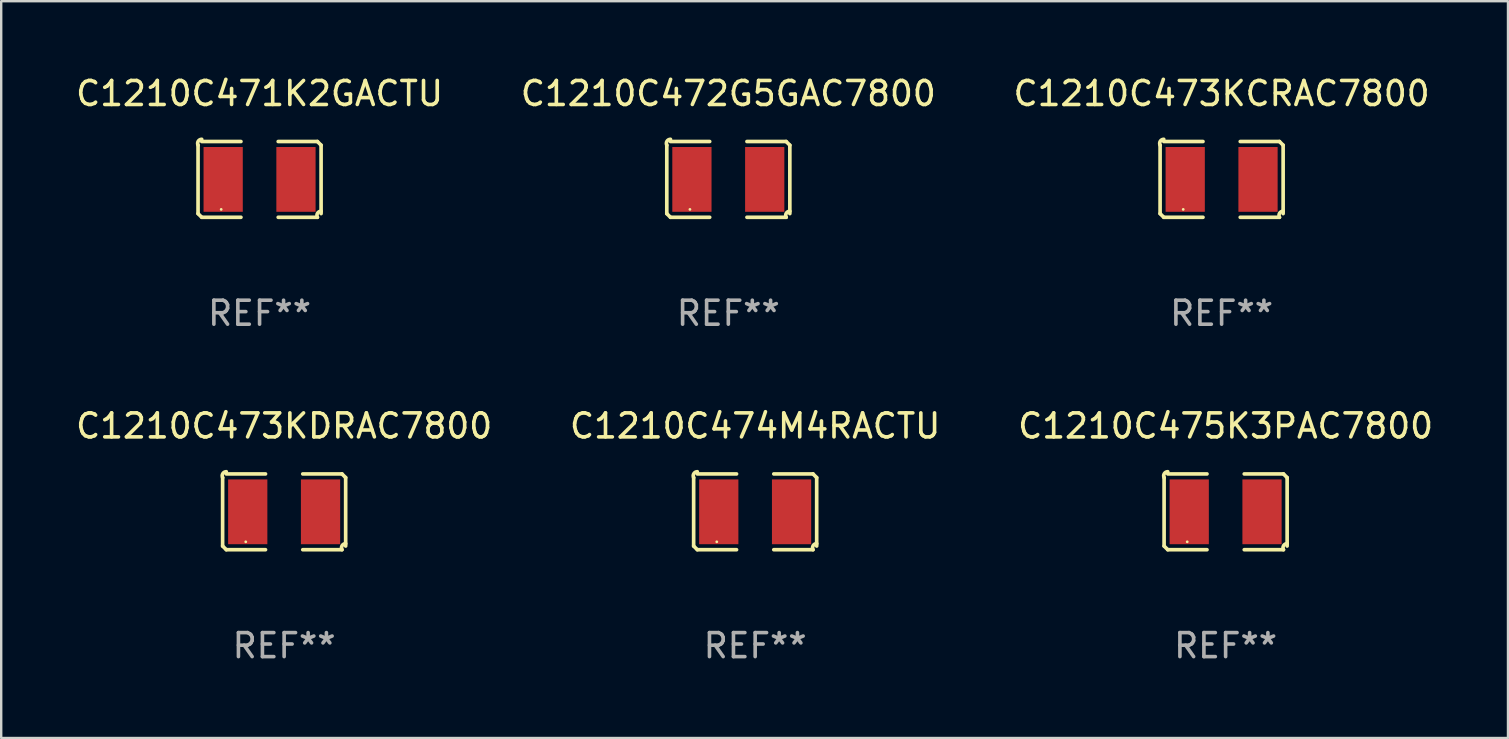
<source format=kicad_pcb>
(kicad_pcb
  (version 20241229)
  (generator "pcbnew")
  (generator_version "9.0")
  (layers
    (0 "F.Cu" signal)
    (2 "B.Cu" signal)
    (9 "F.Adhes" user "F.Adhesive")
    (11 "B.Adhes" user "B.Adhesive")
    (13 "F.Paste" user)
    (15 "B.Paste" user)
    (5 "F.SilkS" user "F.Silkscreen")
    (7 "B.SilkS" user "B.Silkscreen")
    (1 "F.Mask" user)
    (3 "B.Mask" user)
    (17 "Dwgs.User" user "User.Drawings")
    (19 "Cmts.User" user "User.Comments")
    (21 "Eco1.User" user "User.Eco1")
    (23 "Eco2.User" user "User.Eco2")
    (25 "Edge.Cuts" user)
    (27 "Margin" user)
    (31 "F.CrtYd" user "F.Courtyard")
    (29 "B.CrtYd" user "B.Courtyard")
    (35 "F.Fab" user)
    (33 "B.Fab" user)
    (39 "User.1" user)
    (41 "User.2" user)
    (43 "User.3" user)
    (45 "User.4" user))
  (footprint "C1210C474M4RACTU"
    (layer "F.Cu")
    (at 28.423 18.281)
    (property "Reference" "C1210C474M4RACTU" (at 0 -3.579 0) (layer "F.SilkS") (effects (font (size 1 1) (thickness 0.15))))
    (attr through_hole)
    (fp_line (start -2.564 1.426) (end -2.564 -1.426) (stroke (width 0.152) (type solid)) (layer "F.SilkS"))
    (fp_line (start -2.411 -1.579) (end -0.776 -1.579) (stroke (width 0.152) (type solid)) (layer "F.SilkS"))
    (fp_line (start -0.776 1.579) (end -2.411 1.579) (stroke (width 0.152) (type solid)) (layer "F.SilkS"))
    (fp_line (start 0.776 1.579) (end 2.411 1.579) (stroke (width 0.152) (type solid)) (layer "F.SilkS"))
    (fp_line (start 2.411 -1.579) (end 0.776 -1.579) (stroke (width 0.152) (type solid)) (layer "F.SilkS"))
    (fp_line (start 2.564 1.426) (end 2.564 -1.426) (stroke (width 0.152) (type solid)) (layer "F.SilkS"))
    (fp_arc (start -2.563602 -1.426213) (mid -2.555597 -1.591233) (end -2.411201 -1.671518) (stroke (width 0.1524) (type solid)) (layer "F.SilkS"))
    (fp_arc (start -2.5636 1.426214) (mid -2.487389 1.502402) (end -2.411201 1.578613) (stroke (width 0.1524) (type solid)) (layer "F.SilkS"))
    (fp_arc (start 2.411197 -1.578618) (mid 2.487403 -1.502419) (end 2.563602 -1.426213) (stroke (width 0.1524) (type solid)) (layer "F.SilkS"))
    (fp_arc (start 2.411201 1.578613) (mid 2.416214 1.409455) (end 2.563602 1.32629) (stroke (width 0.1524) (type solid)) (layer "F.SilkS"))
    (fp_circle (center -1.6 1.25) (end -1.57 1.25) (stroke (width 0.06) (type solid)) (fill no) (layer "F.SilkS"))
    (fp_text user "REF**" (at 0 5.579 0) (layer "F.Fab") (effects (font (size 1 1) (thickness 0.15))))
    (pad "1" smd rect (at -1.517 0) (size 1.635 2.7) (layers "F.Cu" "F.Mask" "F.Paste"))
    (pad "2" smd rect (at 1.517 0) (size 1.635 2.7) (layers "F.Cu" "F.Mask" "F.Paste")))
  (footprint "C1210C473KCRAC7800"
    (layer "F.Cu")
    (at 47.863 4.427)
    (property "Reference" "C1210C473KCRAC7800" (at 0 -3.579 0) (layer "F.SilkS") (effects (font (size 1 1) (thickness 0.15))))
    (attr through_hole)
    (fp_line (start -2.564 1.426) (end -2.564 -1.426) (stroke (width 0.152) (type solid)) (layer "F.SilkS"))
    (fp_line (start -2.411 -1.579) (end -0.776 -1.579) (stroke (width 0.152) (type solid)) (layer "F.SilkS"))
    (fp_line (start -0.776 1.579) (end -2.411 1.579) (stroke (width 0.152) (type solid)) (layer "F.SilkS"))
    (fp_line (start 0.776 1.579) (end 2.411 1.579) (stroke (width 0.152) (type solid)) (layer "F.SilkS"))
    (fp_line (start 2.411 -1.579) (end 0.776 -1.579) (stroke (width 0.152) (type solid)) (layer "F.SilkS"))
    (fp_line (start 2.564 1.426) (end 2.564 -1.426) (stroke (width 0.152) (type solid)) (layer "F.SilkS"))
    (fp_arc (start -2.563602 -1.426213) (mid -2.555597 -1.591233) (end -2.411201 -1.671518) (stroke (width 0.1524) (type solid)) (layer "F.SilkS"))
    (fp_arc (start -2.5636 1.426214) (mid -2.487389 1.502402) (end -2.411201 1.578613) (stroke (width 0.1524) (type solid)) (layer "F.SilkS"))
    (fp_arc (start 2.411197 -1.578618) (mid 2.487403 -1.502419) (end 2.563602 -1.426213) (stroke (width 0.1524) (type solid)) (layer "F.SilkS"))
    (fp_arc (start 2.411201 1.578613) (mid 2.416214 1.409455) (end 2.563602 1.32629) (stroke (width 0.1524) (type solid)) (layer "F.SilkS"))
    (fp_circle (center -1.6 1.25) (end -1.57 1.25) (stroke (width 0.06) (type solid)) (fill no) (layer "F.SilkS"))
    (fp_text user "REF**" (at 0 5.579 0) (layer "F.Fab") (effects (font (size 1 1) (thickness 0.15))))
    (pad "1" smd rect (at -1.517 0) (size 1.635 2.7) (layers "F.Cu" "F.Mask" "F.Paste"))
    (pad "2" smd rect (at 1.517 0) (size 1.635 2.7) (layers "F.Cu" "F.Mask" "F.Paste")))
  (footprint "C1210C472G5GAC7800"
    (layer "F.Cu")
    (at 27.304 4.427)
    (property "Reference" "C1210C472G5GAC7800" (at 0 -3.579 0) (layer "F.SilkS") (effects (font (size 1 1) (thickness 0.15))))
    (attr through_hole)
    (fp_line (start -2.564 1.426) (end -2.564 -1.426) (stroke (width 0.152) (type solid)) (layer "F.SilkS"))
    (fp_line (start -2.411 -1.579) (end -0.776 -1.579) (stroke (width 0.152) (type solid)) (layer "F.SilkS"))
    (fp_line (start -0.776 1.579) (end -2.411 1.579) (stroke (width 0.152) (type solid)) (layer "F.SilkS"))
    (fp_line (start 0.776 1.579) (end 2.411 1.579) (stroke (width 0.152) (type solid)) (layer "F.SilkS"))
    (fp_line (start 2.411 -1.579) (end 0.776 -1.579) (stroke (width 0.152) (type solid)) (layer "F.SilkS"))
    (fp_line (start 2.564 1.426) (end 2.564 -1.426) (stroke (width 0.152) (type solid)) (layer "F.SilkS"))
    (fp_arc (start -2.563602 -1.426213) (mid -2.555597 -1.591233) (end -2.411201 -1.671518) (stroke (width 0.1524) (type solid)) (layer "F.SilkS"))
    (fp_arc (start -2.5636 1.426214) (mid -2.487389 1.502402) (end -2.411201 1.578613) (stroke (width 0.1524) (type solid)) (layer "F.SilkS"))
    (fp_arc (start 2.411197 -1.578618) (mid 2.487403 -1.502419) (end 2.563602 -1.426213) (stroke (width 0.1524) (type solid)) (layer "F.SilkS"))
    (fp_arc (start 2.411201 1.578613) (mid 2.416214 1.409455) (end 2.563602 1.32629) (stroke (width 0.1524) (type solid)) (layer "F.SilkS"))
    (fp_circle (center -1.6 1.25) (end -1.57 1.25) (stroke (width 0.06) (type solid)) (fill no) (layer "F.SilkS"))
    (fp_text user "REF**" (at 0 5.579 0) (layer "F.Fab") (effects (font (size 1 1) (thickness 0.15))))
    (pad "1" smd rect (at -1.517 0) (size 1.635 2.7) (layers "F.Cu" "F.Mask" "F.Paste"))
    (pad "2" smd rect (at 1.517 0) (size 1.635 2.7) (layers "F.Cu" "F.Mask" "F.Paste")))
  (footprint "C1210C475K3PAC7800"
    (layer "F.Cu")
    (at 48.03 18.281)
    (property "Reference" "C1210C475K3PAC7800" (at 0 -3.579 0) (layer "F.SilkS") (effects (font (size 1 1) (thickness 0.15))))
    (attr through_hole)
    (fp_line (start -2.564 1.426) (end -2.564 -1.426) (stroke (width 0.152) (type solid)) (layer "F.SilkS"))
    (fp_line (start -2.411 -1.579) (end -0.776 -1.579) (stroke (width 0.152) (type solid)) (layer "F.SilkS"))
    (fp_line (start -0.776 1.579) (end -2.411 1.579) (stroke (width 0.152) (type solid)) (layer "F.SilkS"))
    (fp_line (start 0.776 1.579) (end 2.411 1.579) (stroke (width 0.152) (type solid)) (layer "F.SilkS"))
    (fp_line (start 2.411 -1.579) (end 0.776 -1.579) (stroke (width 0.152) (type solid)) (layer "F.SilkS"))
    (fp_line (start 2.564 1.426) (end 2.564 -1.426) (stroke (width 0.152) (type solid)) (layer "F.SilkS"))
    (fp_arc (start -2.563602 -1.426213) (mid -2.555597 -1.591233) (end -2.411201 -1.671518) (stroke (width 0.1524) (type solid)) (layer "F.SilkS"))
    (fp_arc (start -2.5636 1.426214) (mid -2.487389 1.502402) (end -2.411201 1.578613) (stroke (width 0.1524) (type solid)) (layer "F.SilkS"))
    (fp_arc (start 2.411197 -1.578618) (mid 2.487403 -1.502419) (end 2.563602 -1.426213) (stroke (width 0.1524) (type solid)) (layer "F.SilkS"))
    (fp_arc (start 2.411201 1.578613) (mid 2.416214 1.409455) (end 2.563602 1.32629) (stroke (width 0.1524) (type solid)) (layer "F.SilkS"))
    (fp_circle (center -1.6 1.25) (end -1.57 1.25) (stroke (width 0.06) (type solid)) (fill no) (layer "F.SilkS"))
    (fp_text user "REF**" (at 0 5.579 0) (layer "F.Fab") (effects (font (size 1 1) (thickness 0.15))))
    (pad "1" smd rect (at -1.517 0) (size 1.635 2.7) (layers "F.Cu" "F.Mask" "F.Paste"))
    (pad "2" smd rect (at 1.517 0) (size 1.635 2.7) (layers "F.Cu" "F.Mask" "F.Paste")))
  (footprint "C1210C471K2GACTU"
    (layer "F.Cu")
    (at 7.768 4.427)
    (property "Reference" "C1210C471K2GACTU" (at 0 -3.579 0) (layer "F.SilkS") (effects (font (size 1 1) (thickness 0.15))))
    (attr through_hole)
    (fp_line (start -2.564 1.426) (end -2.564 -1.426) (stroke (width 0.152) (type solid)) (layer "F.SilkS"))
    (fp_line (start -2.411 -1.579) (end -0.776 -1.579) (stroke (width 0.152) (type solid)) (layer "F.SilkS"))
    (fp_line (start -0.776 1.579) (end -2.411 1.579) (stroke (width 0.152) (type solid)) (layer "F.SilkS"))
    (fp_line (start 0.776 1.579) (end 2.411 1.579) (stroke (width 0.152) (type solid)) (layer "F.SilkS"))
    (fp_line (start 2.411 -1.579) (end 0.776 -1.579) (stroke (width 0.152) (type solid)) (layer "F.SilkS"))
    (fp_line (start 2.564 1.426) (end 2.564 -1.426) (stroke (width 0.152) (type solid)) (layer "F.SilkS"))
    (fp_arc (start -2.563602 -1.426213) (mid -2.555597 -1.591233) (end -2.411201 -1.671518) (stroke (width 0.1524) (type solid)) (layer "F.SilkS"))
    (fp_arc (start -2.5636 1.426214) (mid -2.487389 1.502402) (end -2.411201 1.578613) (stroke (width 0.1524) (type solid)) (layer "F.SilkS"))
    (fp_arc (start 2.411197 -1.578618) (mid 2.487403 -1.502419) (end 2.563602 -1.426213) (stroke (width 0.1524) (type solid)) (layer "F.SilkS"))
    (fp_arc (start 2.411201 1.578613) (mid 2.416214 1.409455) (end 2.563602 1.32629) (stroke (width 0.1524) (type solid)) (layer "F.SilkS"))
    (fp_circle (center -1.6 1.25) (end -1.57 1.25) (stroke (width 0.06) (type solid)) (fill no) (layer "F.SilkS"))
    (fp_text user "REF**" (at 0 5.579 0) (layer "F.Fab") (effects (font (size 1 1) (thickness 0.15))))
    (pad "1" smd rect (at -1.517 0) (size 1.635 2.7) (layers "F.Cu" "F.Mask" "F.Paste"))
    (pad "2" smd rect (at 1.517 0) (size 1.635 2.7) (layers "F.Cu" "F.Mask" "F.Paste")))
  (footprint "C1210C473KDRAC7800"
    (layer "F.Cu")
    (at 8.792 18.281)
    (property "Reference" "C1210C473KDRAC7800" (at 0 -3.579 0) (layer "F.SilkS") (effects (font (size 1 1) (thickness 0.15))))
    (attr through_hole)
    (fp_line (start -2.564 1.426) (end -2.564 -1.426) (stroke (width 0.152) (type solid)) (layer "F.SilkS"))
    (fp_line (start -2.411 -1.579) (end -0.776 -1.579) (stroke (width 0.152) (type solid)) (layer "F.SilkS"))
    (fp_line (start -0.776 1.579) (end -2.411 1.579) (stroke (width 0.152) (type solid)) (layer "F.SilkS"))
    (fp_line (start 0.776 1.579) (end 2.411 1.579) (stroke (width 0.152) (type solid)) (layer "F.SilkS"))
    (fp_line (start 2.411 -1.579) (end 0.776 -1.579) (stroke (width 0.152) (type solid)) (layer "F.SilkS"))
    (fp_line (start 2.564 1.426) (end 2.564 -1.426) (stroke (width 0.152) (type solid)) (layer "F.SilkS"))
    (fp_arc (start -2.563602 -1.426213) (mid -2.555597 -1.591233) (end -2.411201 -1.671518) (stroke (width 0.1524) (type solid)) (layer "F.SilkS"))
    (fp_arc (start -2.5636 1.426214) (mid -2.487389 1.502402) (end -2.411201 1.578613) (stroke (width 0.1524) (type solid)) (layer "F.SilkS"))
    (fp_arc (start 2.411197 -1.578618) (mid 2.487403 -1.502419) (end 2.563602 -1.426213) (stroke (width 0.1524) (type solid)) (layer "F.SilkS"))
    (fp_arc (start 2.411201 1.578613) (mid 2.416214 1.409455) (end 2.563602 1.32629) (stroke (width 0.1524) (type solid)) (layer "F.SilkS"))
    (fp_circle (center -1.6 1.25) (end -1.57 1.25) (stroke (width 0.06) (type solid)) (fill no) (layer "F.SilkS"))
    (fp_text user "REF**" (at 0 5.579 0) (layer "F.Fab") (effects (font (size 1 1) (thickness 0.15))))
    (pad "1" smd rect (at -1.517 0) (size 1.635 2.7) (layers "F.Cu" "F.Mask" "F.Paste"))
    (pad "2" smd rect (at 1.517 0) (size 1.635 2.7) (layers "F.Cu" "F.Mask" "F.Paste")))
  (gr_rect
    (start -3 -3)
    (end 59.798 27.707)
    (stroke (width 0.1) (type default))
    (fill no)
    (layer "Edge.Cuts")))
</source>
